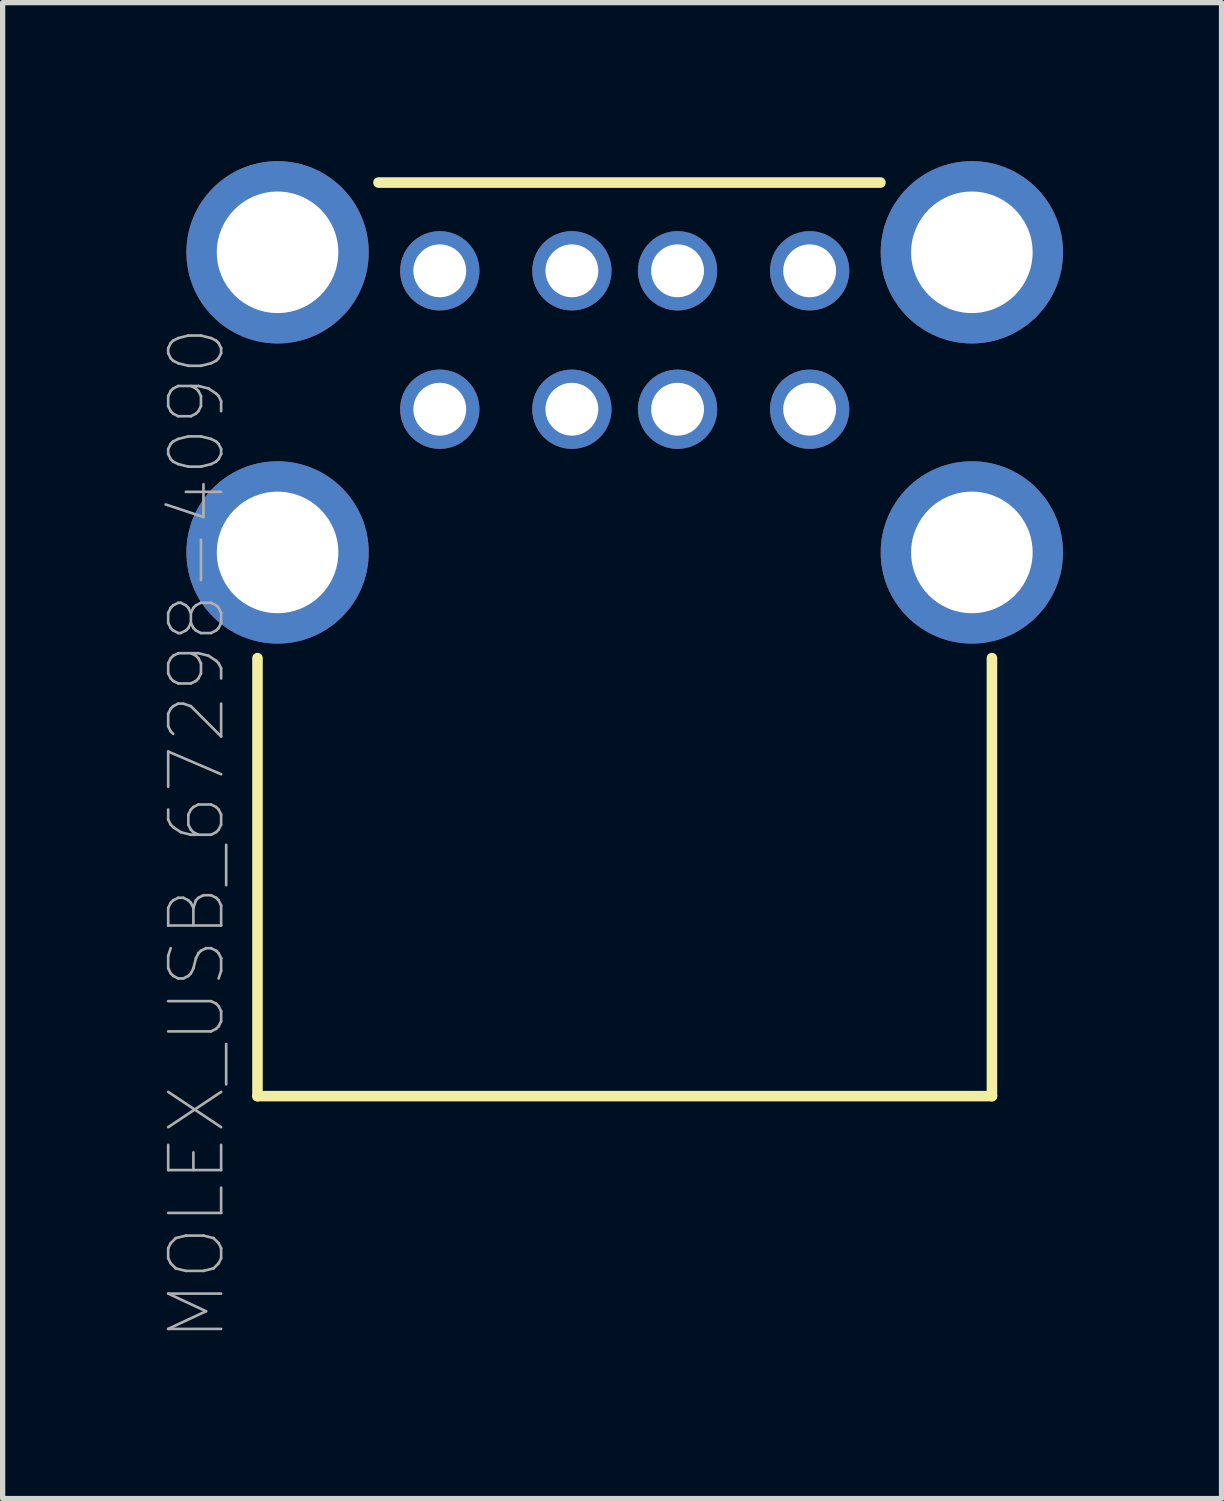
<source format=kicad_pcb>
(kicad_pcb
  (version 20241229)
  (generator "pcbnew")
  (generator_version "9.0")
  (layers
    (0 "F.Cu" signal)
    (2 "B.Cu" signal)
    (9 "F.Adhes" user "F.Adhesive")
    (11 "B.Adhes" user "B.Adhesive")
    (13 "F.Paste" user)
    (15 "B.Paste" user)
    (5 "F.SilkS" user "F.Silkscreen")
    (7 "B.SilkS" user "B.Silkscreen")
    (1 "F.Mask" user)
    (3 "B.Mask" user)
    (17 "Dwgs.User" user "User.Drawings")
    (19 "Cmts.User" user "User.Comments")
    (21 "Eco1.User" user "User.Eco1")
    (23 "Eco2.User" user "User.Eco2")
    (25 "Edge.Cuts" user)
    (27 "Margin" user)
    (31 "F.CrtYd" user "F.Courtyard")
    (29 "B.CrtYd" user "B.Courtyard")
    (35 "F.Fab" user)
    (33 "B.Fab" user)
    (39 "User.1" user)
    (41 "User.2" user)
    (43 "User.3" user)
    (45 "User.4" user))
  (footprint "MOLEX_USB_67298-4090"
    (layer "F.Cu")
    (at 8.773 7.405)
    (property "Reference" "MOLEX_USB_67298-4090" (at -8.099 5.319 90) (layer "F.Fab") (effects (font (size 1.002 1.002) (thickness 0.05))))
    (attr through_hole)
    (fp_line (start -6.95 10.29) (end -6.95 2) (stroke (width 0.2) (type solid)) (layer "F.SilkS"))
    (fp_line (start -6.95 10.29) (end 6.95 10.29) (stroke (width 0.2) (type solid)) (layer "F.SilkS"))
    (fp_line (start -4.66 -7) (end 4.84 -7) (stroke (width 0.2) (type solid)) (layer "F.SilkS"))
    (fp_line (start 6.95 2) (end 6.95 10.29) (stroke (width 0.2) (type solid)) (layer "F.SilkS"))
    (fp_line (start -7.8 -7.25) (end 7.8 -7.25) (stroke (width 0.05) (type solid)) (layer "Eco1.User"))
    (fp_line (start -7.8 -4.5) (end -7.8 -7.25) (stroke (width 0.05) (type solid)) (layer "Eco1.User"))
    (fp_line (start -7.8 -1.25) (end -7.2 -1.25) (stroke (width 0.05) (type solid)) (layer "Eco1.User"))
    (fp_line (start -7.8 1.25) (end -7.8 -1.25) (stroke (width 0.05) (type solid)) (layer "Eco1.User"))
    (fp_line (start -7.2 -4.5) (end -7.8 -4.5) (stroke (width 0.05) (type solid)) (layer "Eco1.User"))
    (fp_line (start -7.2 -1.25) (end -7.2 -4.5) (stroke (width 0.05) (type solid)) (layer "Eco1.User"))
    (fp_line (start -7.2 1.25) (end -7.8 1.25) (stroke (width 0.05) (type solid)) (layer "Eco1.User"))
    (fp_line (start -7.2 10.45) (end -7.2 1.25) (stroke (width 0.05) (type solid)) (layer "Eco1.User"))
    (fp_line (start 7.2 -4.5) (end 7.2 -1.25) (stroke (width 0.05) (type solid)) (layer "Eco1.User"))
    (fp_line (start 7.2 -1.25) (end 7.8 -1.25) (stroke (width 0.05) (type solid)) (layer "Eco1.User"))
    (fp_line (start 7.2 1.25) (end 7.2 10.45) (stroke (width 0.05) (type solid)) (layer "Eco1.User"))
    (fp_line (start 7.2 10.45) (end -7.2 10.45) (stroke (width 0.05) (type solid)) (layer "Eco1.User"))
    (fp_line (start 7.8 -7.25) (end 7.8 -4.5) (stroke (width 0.05) (type solid)) (layer "Eco1.User"))
    (fp_line (start 7.8 -4.5) (end 7.2 -4.5) (stroke (width 0.05) (type solid)) (layer "Eco1.User"))
    (fp_line (start 7.8 -1.25) (end 7.8 1.25) (stroke (width 0.05) (type solid)) (layer "Eco1.User"))
    (fp_line (start 7.8 1.25) (end 7.2 1.25) (stroke (width 0.05) (type solid)) (layer "Eco1.User"))
    (pad "1" thru_hole circle (at -3.5 -5.33) (size 1.5 1.5) (drill 1) (layers "*.Cu" "*.Mask"))
    (pad "2" thru_hole circle (at -1 -5.33) (size 1.5 1.5) (drill 1) (layers "*.Cu" "*.Mask"))
    (pad "3" thru_hole circle (at 1 -5.33) (size 1.5 1.5) (drill 1) (layers "*.Cu" "*.Mask"))
    (pad "4" thru_hole circle (at 3.5 -5.33) (size 1.5 1.5) (drill 1) (layers "*.Cu" "*.Mask"))
    (pad "5" thru_hole circle (at -3.5 -2.71) (size 1.5 1.5) (drill 1) (layers "*.Cu" "*.Mask"))
    (pad "6" thru_hole circle (at -1 -2.71) (size 1.5 1.5) (drill 1) (layers "*.Cu" "*.Mask"))
    (pad "7" thru_hole circle (at 1 -2.71) (size 1.5 1.5) (drill 1) (layers "*.Cu" "*.Mask"))
    (pad "8" thru_hole circle (at 3.5 -2.71) (size 1.5 1.5) (drill 1) (layers "*.Cu" "*.Mask"))
    (pad "MT1" thru_hole circle (at -6.57 0) (size 3.45 3.45) (drill 2.3) (layers "*.Cu" "*.Mask"))
    (pad "MT2" thru_hole circle (at 6.57 0) (size 3.45 3.45) (drill 2.3) (layers "*.Cu" "*.Mask"))
    (pad "MT3" thru_hole circle (at -6.57 -5.68) (size 3.45 3.45) (drill 2.3) (layers "*.Cu" "*.Mask"))
    (pad "MT4" thru_hole circle (at 6.57 -5.68) (size 3.45 3.45) (drill 2.3) (layers "*.Cu" "*.Mask")))
  (gr_rect
    (start -3 -3)
    (end 20.068 25.311)
    (stroke (width 0.1) (type default))
    (fill no)
    (layer "Edge.Cuts")))
</source>
